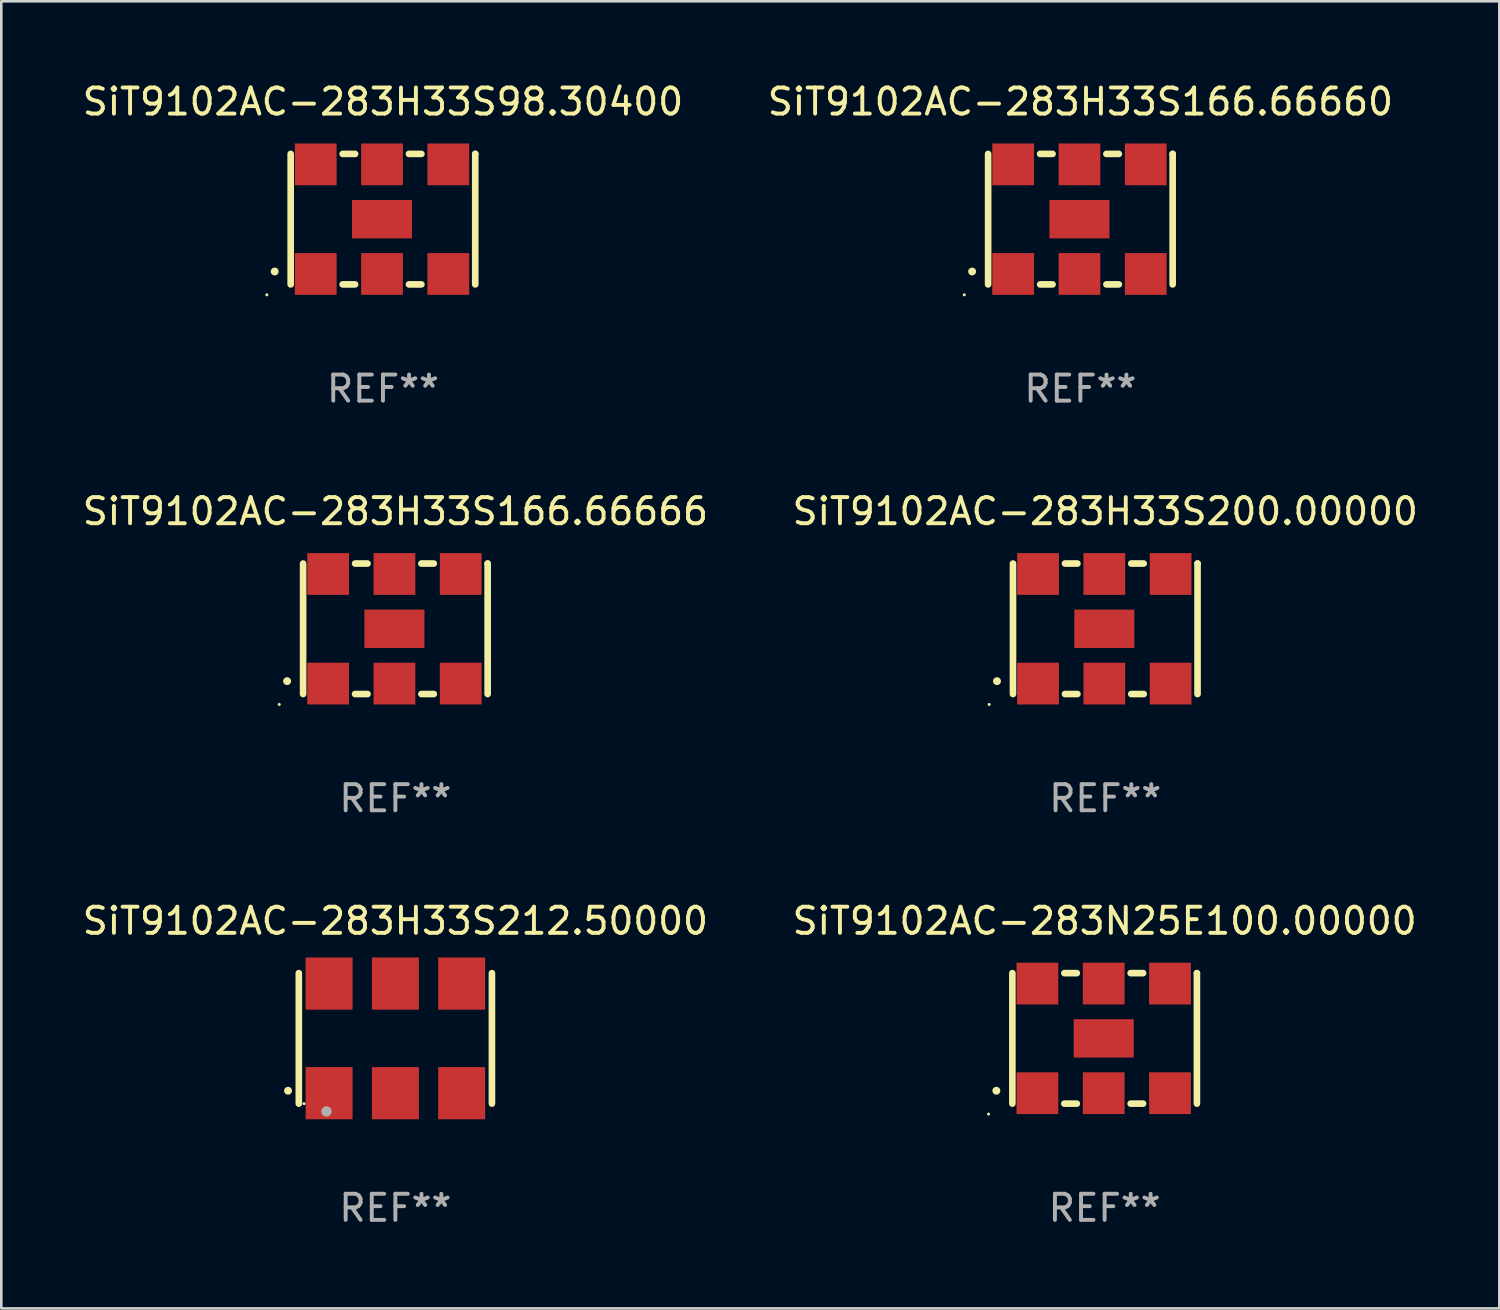
<source format=kicad_pcb>
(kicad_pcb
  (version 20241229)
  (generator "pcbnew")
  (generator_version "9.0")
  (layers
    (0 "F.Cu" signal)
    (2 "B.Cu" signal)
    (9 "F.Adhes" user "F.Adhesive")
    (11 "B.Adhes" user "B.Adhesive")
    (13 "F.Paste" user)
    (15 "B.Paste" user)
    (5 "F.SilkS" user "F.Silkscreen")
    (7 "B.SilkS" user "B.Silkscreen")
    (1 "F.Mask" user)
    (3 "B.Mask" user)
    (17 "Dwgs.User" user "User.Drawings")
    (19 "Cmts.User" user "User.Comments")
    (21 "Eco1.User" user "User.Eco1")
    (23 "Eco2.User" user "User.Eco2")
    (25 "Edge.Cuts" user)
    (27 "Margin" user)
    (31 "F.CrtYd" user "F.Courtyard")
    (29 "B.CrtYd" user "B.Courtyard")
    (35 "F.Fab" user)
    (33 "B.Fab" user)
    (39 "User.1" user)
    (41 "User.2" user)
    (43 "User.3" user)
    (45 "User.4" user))
  (footprint "SiT9102AC-283H33S200.00000"
    (layer "F.Cu")
    (at 39.304 21.045)
    (property "Reference" "SiT9102AC-283H33S200.00000" (at 0 -4.5 0) (layer "F.SilkS") (effects (font (size 1 1) (thickness 0.15))))
    (attr through_hole)
    (fp_line (start -3.536 -2.5) (end -3.536 2.5) (stroke (width 0.254) (type solid)) (layer "F.SilkS"))
    (fp_line (start -1.544 2.5) (end -1.067 2.5) (stroke (width 0.254) (type solid)) (layer "F.SilkS"))
    (fp_line (start -1.067 -2.5) (end -1.544 -2.5) (stroke (width 0.254) (type solid)) (layer "F.SilkS"))
    (fp_line (start 0.996 2.5) (end 1.473 2.5) (stroke (width 0.254) (type solid)) (layer "F.SilkS"))
    (fp_line (start 1.473 -2.5) (end 0.996 -2.5) (stroke (width 0.254) (type solid)) (layer "F.SilkS"))
    (fp_line (start 3.536 -2.5) (end 3.536 -2.5) (stroke (width 0.254) (type solid)) (layer "F.SilkS"))
    (fp_line (start 3.536 2.5) (end 3.536 -2.5) (stroke (width 0.254) (type solid)) (layer "F.SilkS"))
    (fp_arc (start -4.150432 2.006604) (mid -4.149162 2.006599) (end -4.147892 2.006604) (stroke (width 0.3) (type solid)) (layer "F.SilkS"))
    (fp_circle (center -4.449 2.9) (end -4.419 2.9) (stroke (width 0.06) (type solid)) (fill no) (layer "F.SilkS"))
    (fp_text user "REF**" (at 0 6.5 0) (layer "F.Fab") (effects (font (size 1 1) (thickness 0.15))))
    (pad "1" smd rect (at -2.576 2.1) (size 1.6 1.6) (layers "F.Cu" "F.Mask" "F.Paste"))
    (pad "2" smd rect (at -0.036 2.1) (size 1.6 1.6) (layers "F.Cu" "F.Mask" "F.Paste"))
    (pad "3" smd rect (at 2.504 2.1) (size 1.6 1.6) (layers "F.Cu" "F.Mask" "F.Paste"))
    (pad "4" smd rect (at 2.504 -2.1) (size 1.6 1.6) (layers "F.Cu" "F.Mask" "F.Paste"))
    (pad "5" smd rect (at -0.036 -2.1) (size 1.6 1.6) (layers "F.Cu" "F.Mask" "F.Paste"))
    (pad "6" smd rect (at -2.576 -2.1) (size 1.6 1.6) (layers "F.Cu" "F.Mask" "F.Paste"))
    (pad "7" smd rect (at -0.036 0) (size 2.3 1.47) (layers "F.Cu" "F.Mask" "F.Paste")))
  (footprint "SiT9102AC-283H33S212.50000"
    (layer "F.Cu")
    (at 12.101 36.741)
    (property "Reference" "SiT9102AC-283H33S212.50000" (at 0 -4.5 0) (layer "F.SilkS") (effects (font (size 1 1) (thickness 0.15))))
    (attr through_hole)
    (fp_line (start -3.7 -2.5) (end -3.7 2.5) (stroke (width 0.254) (type solid)) (layer "F.SilkS"))
    (fp_line (start 3.7 -2.5) (end 3.7 2.5) (stroke (width 0.254) (type solid)) (layer "F.SilkS"))
    (fp_arc (start -4.114415 2.006604) (mid -4.113145 2.006599) (end -4.111875 2.006604) (stroke (width 0.3) (type solid)) (layer "F.SilkS"))
    (fp_circle (center -3.5 2.501) (end -3.47 2.501) (stroke (width 0.06) (type solid)) (fill no) (layer "F.SilkS"))
    (fp_circle (center -2.641 2.799) (end -2.541 2.799) (stroke (width 0.2) (type solid)) (fill no) (layer "F.Fab"))
    (fp_text user "REF**" (at 0 6.5 0) (layer "F.Fab") (effects (font (size 1 1) (thickness 0.15))))
    (pad "1" smd rect (at -2.54 2.1) (size 1.8 2) (layers "F.Cu" "F.Mask" "F.Paste"))
    (pad "2" smd rect (at 0.000394 2.1) (size 1.8 2) (layers "F.Cu" "F.Mask" "F.Paste"))
    (pad "3" smd rect (at 2.54 2.1) (size 1.8 2) (layers "F.Cu" "F.Mask" "F.Paste"))
    (pad "4" smd rect (at 2.54 -2.1) (size 1.8 2) (layers "F.Cu" "F.Mask" "F.Paste"))
    (pad "5" smd rect (at 0.000394 -2.1) (size 1.8 2) (layers "F.Cu" "F.Mask" "F.Paste"))
    (pad "6" smd rect (at -2.54 -2.1) (size 1.8 2) (layers "F.Cu" "F.Mask" "F.Paste")))
  (footprint "SiT9102AC-283N25E100.00000"
    (layer "F.Cu")
    (at 39.28 36.741)
    (property "Reference" "SiT9102AC-283N25E100.00000" (at 0 -4.5 0) (layer "F.SilkS") (effects (font (size 1 1) (thickness 0.15))))
    (attr through_hole)
    (fp_line (start -3.536 -2.5) (end -3.536 2.5) (stroke (width 0.254) (type solid)) (layer "F.SilkS"))
    (fp_line (start -1.544 2.5) (end -1.067 2.5) (stroke (width 0.254) (type solid)) (layer "F.SilkS"))
    (fp_line (start -1.067 -2.5) (end -1.544 -2.5) (stroke (width 0.254) (type solid)) (layer "F.SilkS"))
    (fp_line (start 0.996 2.5) (end 1.473 2.5) (stroke (width 0.254) (type solid)) (layer "F.SilkS"))
    (fp_line (start 1.473 -2.5) (end 0.996 -2.5) (stroke (width 0.254) (type solid)) (layer "F.SilkS"))
    (fp_line (start 3.536 -2.5) (end 3.536 -2.5) (stroke (width 0.254) (type solid)) (layer "F.SilkS"))
    (fp_line (start 3.536 2.5) (end 3.536 -2.5) (stroke (width 0.254) (type solid)) (layer "F.SilkS"))
    (fp_arc (start -4.150432 2.006604) (mid -4.149162 2.006599) (end -4.147892 2.006604) (stroke (width 0.3) (type solid)) (layer "F.SilkS"))
    (fp_circle (center -4.449 2.9) (end -4.419 2.9) (stroke (width 0.06) (type solid)) (fill no) (layer "F.SilkS"))
    (fp_text user "REF**" (at 0 6.5 0) (layer "F.Fab") (effects (font (size 1 1) (thickness 0.15))))
    (pad "1" smd rect (at -2.576 2.1) (size 1.6 1.6) (layers "F.Cu" "F.Mask" "F.Paste"))
    (pad "2" smd rect (at -0.036 2.1) (size 1.6 1.6) (layers "F.Cu" "F.Mask" "F.Paste"))
    (pad "3" smd rect (at 2.504 2.1) (size 1.6 1.6) (layers "F.Cu" "F.Mask" "F.Paste"))
    (pad "4" smd rect (at 2.504 -2.1) (size 1.6 1.6) (layers "F.Cu" "F.Mask" "F.Paste"))
    (pad "5" smd rect (at -0.036 -2.1) (size 1.6 1.6) (layers "F.Cu" "F.Mask" "F.Paste"))
    (pad "6" smd rect (at -2.576 -2.1) (size 1.6 1.6) (layers "F.Cu" "F.Mask" "F.Paste"))
    (pad "7" smd rect (at -0.036 0) (size 2.3 1.47) (layers "F.Cu" "F.Mask" "F.Paste")))
  (footprint "SiT9102AC-283H33S166.66660"
    (layer "F.Cu")
    (at 38.351 5.348)
    (property "Reference" "SiT9102AC-283H33S166.66660" (at 0 -4.5 0) (layer "F.SilkS") (effects (font (size 1 1) (thickness 0.15))))
    (attr through_hole)
    (fp_line (start -3.536 -2.5) (end -3.536 2.5) (stroke (width 0.254) (type solid)) (layer "F.SilkS"))
    (fp_line (start -1.544 2.5) (end -1.067 2.5) (stroke (width 0.254) (type solid)) (layer "F.SilkS"))
    (fp_line (start -1.067 -2.5) (end -1.544 -2.5) (stroke (width 0.254) (type solid)) (layer "F.SilkS"))
    (fp_line (start 0.996 2.5) (end 1.473 2.5) (stroke (width 0.254) (type solid)) (layer "F.SilkS"))
    (fp_line (start 1.473 -2.5) (end 0.996 -2.5) (stroke (width 0.254) (type solid)) (layer "F.SilkS"))
    (fp_line (start 3.536 -2.5) (end 3.536 -2.5) (stroke (width 0.254) (type solid)) (layer "F.SilkS"))
    (fp_line (start 3.536 2.5) (end 3.536 -2.5) (stroke (width 0.254) (type solid)) (layer "F.SilkS"))
    (fp_arc (start -4.150432 2.006604) (mid -4.149162 2.006599) (end -4.147892 2.006604) (stroke (width 0.3) (type solid)) (layer "F.SilkS"))
    (fp_circle (center -4.449 2.9) (end -4.419 2.9) (stroke (width 0.06) (type solid)) (fill no) (layer "F.SilkS"))
    (fp_text user "REF**" (at 0 6.5 0) (layer "F.Fab") (effects (font (size 1 1) (thickness 0.15))))
    (pad "1" smd rect (at -2.576 2.1) (size 1.6 1.6) (layers "F.Cu" "F.Mask" "F.Paste"))
    (pad "2" smd rect (at -0.036 2.1) (size 1.6 1.6) (layers "F.Cu" "F.Mask" "F.Paste"))
    (pad "3" smd rect (at 2.504 2.1) (size 1.6 1.6) (layers "F.Cu" "F.Mask" "F.Paste"))
    (pad "4" smd rect (at 2.504 -2.1) (size 1.6 1.6) (layers "F.Cu" "F.Mask" "F.Paste"))
    (pad "5" smd rect (at -0.036 -2.1) (size 1.6 1.6) (layers "F.Cu" "F.Mask" "F.Paste"))
    (pad "6" smd rect (at -2.576 -2.1) (size 1.6 1.6) (layers "F.Cu" "F.Mask" "F.Paste"))
    (pad "7" smd rect (at -0.036 0) (size 2.3 1.47) (layers "F.Cu" "F.Mask" "F.Paste")))
  (footprint "SiT9102AC-283H33S98.30400"
    (layer "F.Cu")
    (at 11.625 5.348)
    (property "Reference" "SiT9102AC-283H33S98.30400" (at 0 -4.5 0) (layer "F.SilkS") (effects (font (size 1 1) (thickness 0.15))))
    (attr through_hole)
    (fp_line (start -3.536 -2.5) (end -3.536 2.5) (stroke (width 0.254) (type solid)) (layer "F.SilkS"))
    (fp_line (start -1.544 2.5) (end -1.067 2.5) (stroke (width 0.254) (type solid)) (layer "F.SilkS"))
    (fp_line (start -1.067 -2.5) (end -1.544 -2.5) (stroke (width 0.254) (type solid)) (layer "F.SilkS"))
    (fp_line (start 0.996 2.5) (end 1.473 2.5) (stroke (width 0.254) (type solid)) (layer "F.SilkS"))
    (fp_line (start 1.473 -2.5) (end 0.996 -2.5) (stroke (width 0.254) (type solid)) (layer "F.SilkS"))
    (fp_line (start 3.536 -2.5) (end 3.536 -2.5) (stroke (width 0.254) (type solid)) (layer "F.SilkS"))
    (fp_line (start 3.536 2.5) (end 3.536 -2.5) (stroke (width 0.254) (type solid)) (layer "F.SilkS"))
    (fp_arc (start -4.150432 2.006604) (mid -4.149162 2.006599) (end -4.147892 2.006604) (stroke (width 0.3) (type solid)) (layer "F.SilkS"))
    (fp_circle (center -4.449 2.9) (end -4.419 2.9) (stroke (width 0.06) (type solid)) (fill no) (layer "F.SilkS"))
    (fp_text user "REF**" (at 0 6.5 0) (layer "F.Fab") (effects (font (size 1 1) (thickness 0.15))))
    (pad "1" smd rect (at -2.576 2.1) (size 1.6 1.6) (layers "F.Cu" "F.Mask" "F.Paste"))
    (pad "2" smd rect (at -0.036 2.1) (size 1.6 1.6) (layers "F.Cu" "F.Mask" "F.Paste"))
    (pad "3" smd rect (at 2.504 2.1) (size 1.6 1.6) (layers "F.Cu" "F.Mask" "F.Paste"))
    (pad "4" smd rect (at 2.504 -2.1) (size 1.6 1.6) (layers "F.Cu" "F.Mask" "F.Paste"))
    (pad "5" smd rect (at -0.036 -2.1) (size 1.6 1.6) (layers "F.Cu" "F.Mask" "F.Paste"))
    (pad "6" smd rect (at -2.576 -2.1) (size 1.6 1.6) (layers "F.Cu" "F.Mask" "F.Paste"))
    (pad "7" smd rect (at -0.036 0) (size 2.3 1.47) (layers "F.Cu" "F.Mask" "F.Paste")))
  (footprint "SiT9102AC-283H33S166.66666"
    (layer "F.Cu")
    (at 12.101 21.045)
    (property "Reference" "SiT9102AC-283H33S166.66666" (at 0 -4.5 0) (layer "F.SilkS") (effects (font (size 1 1) (thickness 0.15))))
    (attr through_hole)
    (fp_line (start -3.536 -2.5) (end -3.536 2.5) (stroke (width 0.254) (type solid)) (layer "F.SilkS"))
    (fp_line (start -1.544 2.5) (end -1.067 2.5) (stroke (width 0.254) (type solid)) (layer "F.SilkS"))
    (fp_line (start -1.067 -2.5) (end -1.544 -2.5) (stroke (width 0.254) (type solid)) (layer "F.SilkS"))
    (fp_line (start 0.996 2.5) (end 1.473 2.5) (stroke (width 0.254) (type solid)) (layer "F.SilkS"))
    (fp_line (start 1.473 -2.5) (end 0.996 -2.5) (stroke (width 0.254) (type solid)) (layer "F.SilkS"))
    (fp_line (start 3.536 -2.5) (end 3.536 -2.5) (stroke (width 0.254) (type solid)) (layer "F.SilkS"))
    (fp_line (start 3.536 2.5) (end 3.536 -2.5) (stroke (width 0.254) (type solid)) (layer "F.SilkS"))
    (fp_arc (start -4.150432 2.006604) (mid -4.149162 2.006599) (end -4.147892 2.006604) (stroke (width 0.3) (type solid)) (layer "F.SilkS"))
    (fp_circle (center -4.449 2.9) (end -4.419 2.9) (stroke (width 0.06) (type solid)) (fill no) (layer "F.SilkS"))
    (fp_text user "REF**" (at 0 6.5 0) (layer "F.Fab") (effects (font (size 1 1) (thickness 0.15))))
    (pad "1" smd rect (at -2.576 2.1) (size 1.6 1.6) (layers "F.Cu" "F.Mask" "F.Paste"))
    (pad "2" smd rect (at -0.036 2.1) (size 1.6 1.6) (layers "F.Cu" "F.Mask" "F.Paste"))
    (pad "3" smd rect (at 2.504 2.1) (size 1.6 1.6) (layers "F.Cu" "F.Mask" "F.Paste"))
    (pad "4" smd rect (at 2.504 -2.1) (size 1.6 1.6) (layers "F.Cu" "F.Mask" "F.Paste"))
    (pad "5" smd rect (at -0.036 -2.1) (size 1.6 1.6) (layers "F.Cu" "F.Mask" "F.Paste"))
    (pad "6" smd rect (at -2.576 -2.1) (size 1.6 1.6) (layers "F.Cu" "F.Mask" "F.Paste"))
    (pad "7" smd rect (at -0.036 0) (size 2.3 1.47) (layers "F.Cu" "F.Mask" "F.Paste")))
  (gr_rect
    (start -3 -3)
    (end 54.405 47.09)
    (stroke (width 0.1) (type default))
    (fill no)
    (layer "Edge.Cuts")))
</source>
